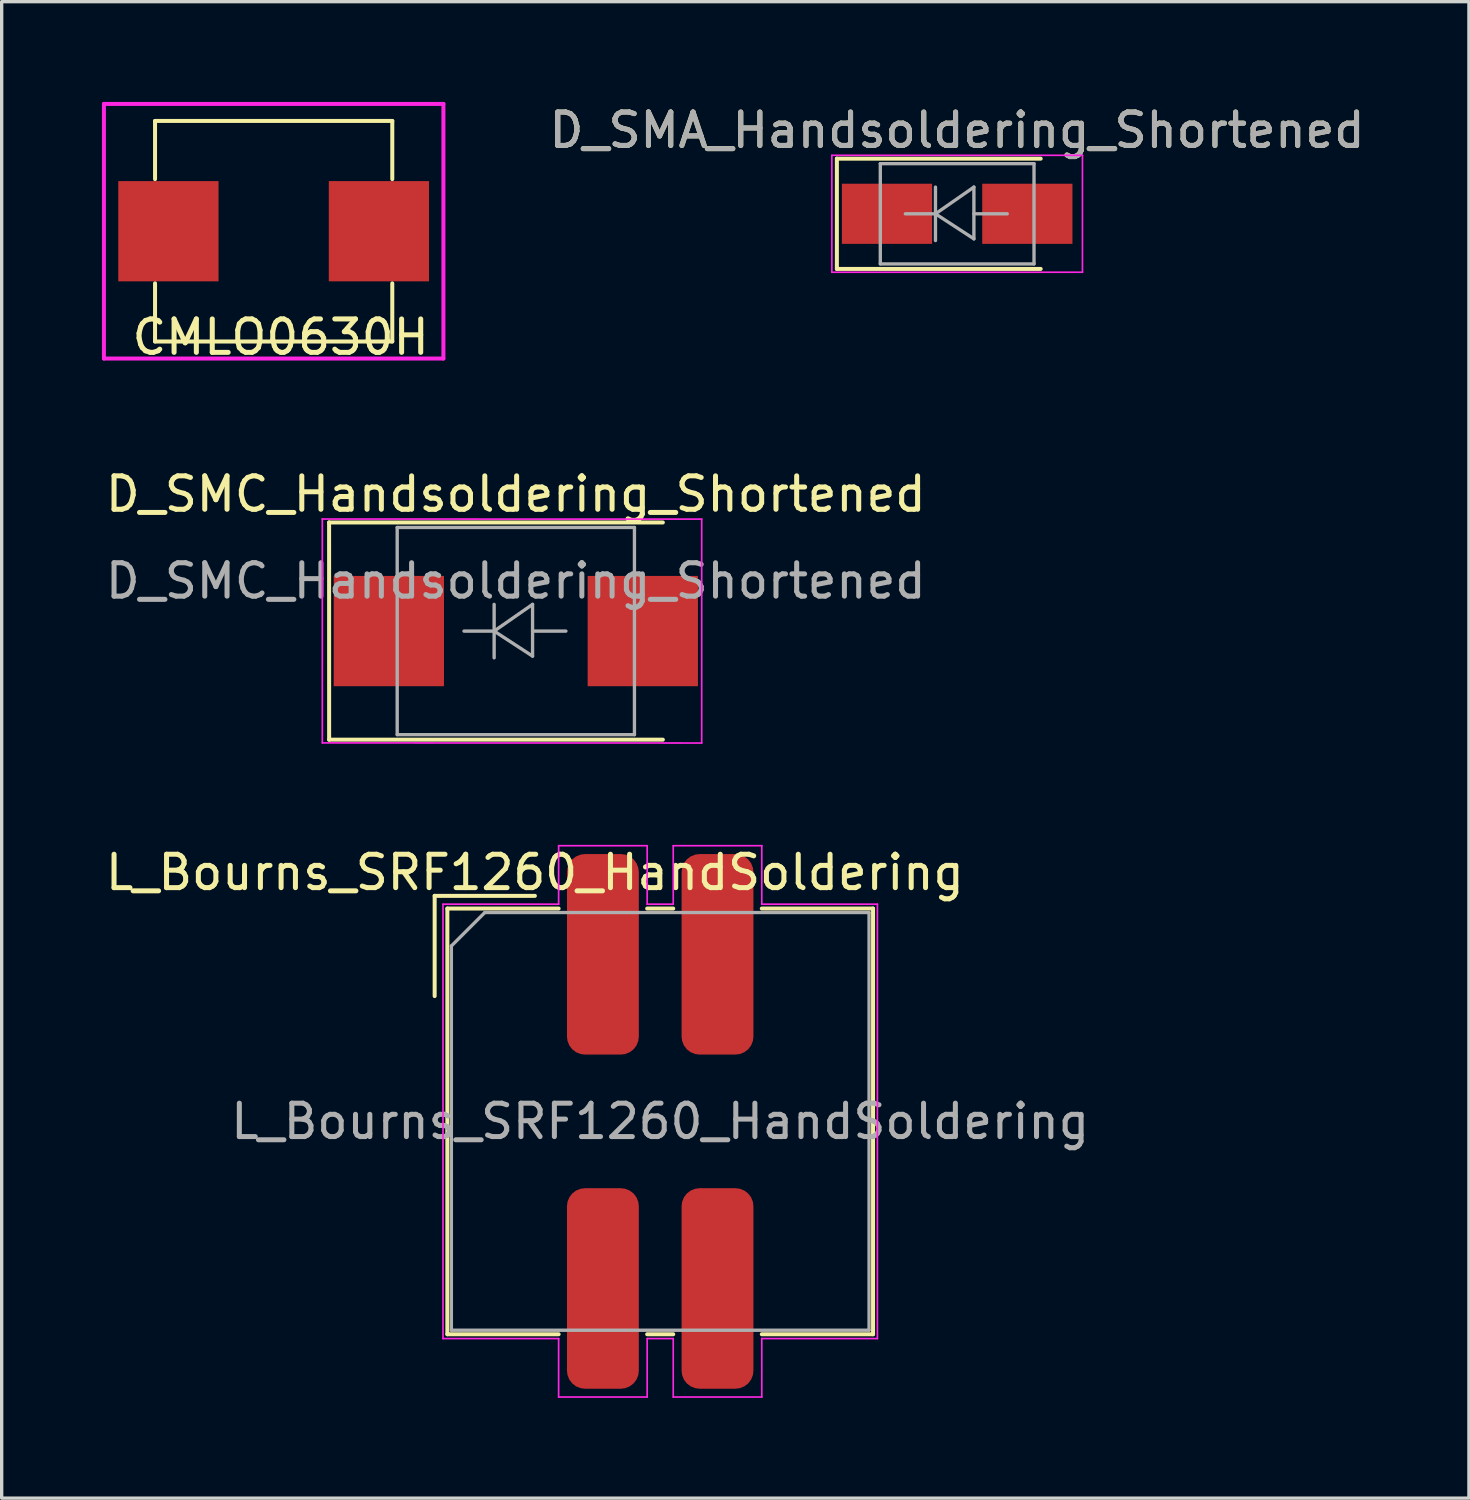
<source format=kicad_pcb>
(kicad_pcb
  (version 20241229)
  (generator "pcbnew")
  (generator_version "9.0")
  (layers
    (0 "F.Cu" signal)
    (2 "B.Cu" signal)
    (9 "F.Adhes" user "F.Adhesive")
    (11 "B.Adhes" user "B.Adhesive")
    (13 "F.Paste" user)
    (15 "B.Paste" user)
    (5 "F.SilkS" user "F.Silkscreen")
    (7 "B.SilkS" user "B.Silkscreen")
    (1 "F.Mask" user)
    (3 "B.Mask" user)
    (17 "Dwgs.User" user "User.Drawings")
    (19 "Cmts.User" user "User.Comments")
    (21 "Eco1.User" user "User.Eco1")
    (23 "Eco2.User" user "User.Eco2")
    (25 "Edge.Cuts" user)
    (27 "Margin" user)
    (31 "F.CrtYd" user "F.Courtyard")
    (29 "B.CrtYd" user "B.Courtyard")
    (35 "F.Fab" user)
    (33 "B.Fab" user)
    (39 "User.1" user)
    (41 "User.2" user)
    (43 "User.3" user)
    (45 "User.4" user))
  (footprint "CMLO0630H"
    (layer "F.Cu")
    (at 5.14 3.87)
    (property "Reference" "CMLO0630H" (at 0.21 3.17 0) (layer "F.SilkS") (effects (font (size 1 1) (thickness 0.15))))
    (attr through_hole)
    (fp_line (start -3.55 -3.3) (end 3.55 -3.3) (stroke (width 0.12) (type solid)) (layer "F.SilkS"))
    (fp_line (start -3.55 -1.56) (end -3.55 -3.3) (stroke (width 0.12) (type solid)) (layer "F.SilkS"))
    (fp_line (start -3.55 3.3) (end -3.55 1.56) (stroke (width 0.12) (type solid)) (layer "F.SilkS"))
    (fp_line (start 3.55 -3.3) (end 3.55 -1.56) (stroke (width 0.12) (type solid)) (layer "F.SilkS"))
    (fp_line (start 3.55 1.56) (end 3.55 3.3) (stroke (width 0.12) (type solid)) (layer "F.SilkS"))
    (fp_line (start 3.55 3.3) (end -3.55 3.3) (stroke (width 0.12) (type solid)) (layer "F.SilkS"))
    (fp_line (start -5.08 -3.81) (end -5.08 3.81) (stroke (width 0.12) (type solid)) (layer "F.CrtYd"))
    (fp_line (start -5.08 3.81) (end 5.08 3.81) (stroke (width 0.12) (type solid)) (layer "F.CrtYd"))
    (fp_line (start 5.08 -3.81) (end -5.08 -3.81) (stroke (width 0.12) (type solid)) (layer "F.CrtYd"))
    (fp_line (start 5.08 3.81) (end 5.08 -3.81) (stroke (width 0.12) (type solid)) (layer "F.CrtYd"))
    (pad "1" smd rect (at -3.15 0) (size 3 3) (layers "F.Cu" "F.Mask" "F.Paste"))
    (pad "2" smd rect (at 3.15 0) (size 3 3) (layers "F.Cu" "F.Mask" "F.Paste")))
  (footprint "L_Bourns_SRF1260_HandSoldering"
    (layer "F.Cu")
    (at 16.708 30.51)
    (property "Reference" "L_Bourns_SRF1260_HandSoldering" (at -3.75 -7.45 180) (layer "F.SilkS") (effects (font (size 1 1) (thickness 0.15))))
    (attr smd)
    (fp_line (start -6.75 -6.75) (end -3.75 -6.75) (stroke (width 0.12) (type solid)) (layer "F.SilkS"))
    (fp_line (start -6.75 -3.75) (end -6.75 -6.75) (stroke (width 0.12) (type solid)) (layer "F.SilkS"))
    (fp_line (start -6.37 -6.37) (end -6.37 6.37) (stroke (width 0.12) (type solid)) (layer "F.SilkS"))
    (fp_line (start -6.37 -6.37) (end -3.04 -6.37) (stroke (width 0.12) (type solid)) (layer "F.SilkS"))
    (fp_line (start -6.37 6.37) (end -3.04 6.37) (stroke (width 0.12) (type solid)) (layer "F.SilkS"))
    (fp_line (start -0.39 -6.37) (end 0.39 -6.37) (stroke (width 0.12) (type solid)) (layer "F.SilkS"))
    (fp_line (start -0.39 6.37) (end 0.39 6.37) (stroke (width 0.12) (type solid)) (layer "F.SilkS"))
    (fp_line (start 3.04 -6.37) (end 6.37 -6.37) (stroke (width 0.12) (type solid)) (layer "F.SilkS"))
    (fp_line (start 3.04 6.37) (end 6.37 6.37) (stroke (width 0.12) (type solid)) (layer "F.SilkS"))
    (fp_line (start 6.37 -6.37) (end 6.37 6.37) (stroke (width 0.12) (type solid)) (layer "F.SilkS"))
    (fp_line (start -6.5 -6.5) (end -6.5 6.5) (stroke (width 0.05) (type solid)) (layer "F.CrtYd"))
    (fp_line (start -6.5 -6.5) (end -3.04 -6.5) (stroke (width 0.05) (type solid)) (layer "F.CrtYd"))
    (fp_line (start -6.5 6.5) (end -3.04 6.5) (stroke (width 0.05) (type solid)) (layer "F.CrtYd"))
    (fp_line (start -3.04 -8.25) (end -0.39 -8.25) (stroke (width 0.05) (type solid)) (layer "F.CrtYd"))
    (fp_line (start -3.04 -6.5) (end -3.04 -8.25) (stroke (width 0.05) (type solid)) (layer "F.CrtYd"))
    (fp_line (start -3.04 6.5) (end -3.04 8.25) (stroke (width 0.05) (type solid)) (layer "F.CrtYd"))
    (fp_line (start -3.04 8.25) (end -0.39 8.25) (stroke (width 0.05) (type solid)) (layer "F.CrtYd"))
    (fp_line (start -0.39 -8.25) (end -0.39 -6.5) (stroke (width 0.05) (type solid)) (layer "F.CrtYd"))
    (fp_line (start -0.39 -6.5) (end 0.39 -6.5) (stroke (width 0.05) (type solid)) (layer "F.CrtYd"))
    (fp_line (start -0.39 6.5) (end 0.39 6.5) (stroke (width 0.05) (type solid)) (layer "F.CrtYd"))
    (fp_line (start -0.39 8.25) (end -0.39 6.5) (stroke (width 0.05) (type solid)) (layer "F.CrtYd"))
    (fp_line (start 0.39 -8.25) (end 3.04 -8.25) (stroke (width 0.05) (type solid)) (layer "F.CrtYd"))
    (fp_line (start 0.39 -6.5) (end 0.39 -8.25) (stroke (width 0.05) (type solid)) (layer "F.CrtYd"))
    (fp_line (start 0.39 6.5) (end 0.39 8.25) (stroke (width 0.05) (type solid)) (layer "F.CrtYd"))
    (fp_line (start 0.39 8.25) (end 3.04 8.25) (stroke (width 0.05) (type solid)) (layer "F.CrtYd"))
    (fp_line (start 3.04 -8.25) (end 3.04 -6.5) (stroke (width 0.05) (type solid)) (layer "F.CrtYd"))
    (fp_line (start 3.04 -6.5) (end 6.5 -6.5) (stroke (width 0.05) (type solid)) (layer "F.CrtYd"))
    (fp_line (start 3.04 6.5) (end 6.5 6.5) (stroke (width 0.05) (type solid)) (layer "F.CrtYd"))
    (fp_line (start 3.04 8.25) (end 3.04 6.5) (stroke (width 0.05) (type solid)) (layer "F.CrtYd"))
    (fp_line (start 6.5 -6.5) (end 6.5 6.5) (stroke (width 0.05) (type solid)) (layer "F.CrtYd"))
    (fp_line (start -6.25 -5.25) (end -5.25 -6.25) (stroke (width 0.1) (type solid)) (layer "F.Fab"))
    (fp_line (start -6.25 6.25) (end -6.25 -5.25) (stroke (width 0.1) (type solid)) (layer "F.Fab"))
    (fp_line (start -5.25 -6.25) (end 6.25 -6.25) (stroke (width 0.1) (type solid)) (layer "F.Fab"))
    (fp_line (start 6.25 -6.25) (end 6.25 6.25) (stroke (width 0.1) (type solid)) (layer "F.Fab"))
    (fp_line (start 6.25 6.25) (end -6.25 6.25) (stroke (width 0.1) (type solid)) (layer "F.Fab"))
    (fp_text user "${REFERENCE}" (at 0 0 180) (layer "F.Fab") (effects (font (size 1 1) (thickness 0.15))))
    (pad "1" smd roundrect (at -1.715 -5) (size 2.15 6) (layers "F.Cu" "F.Mask" "F.Paste") (roundrect_rratio 0.25))
    (pad "2" smd roundrect (at 1.715 -5) (size 2.15 6) (layers "F.Cu" "F.Mask" "F.Paste") (roundrect_rratio 0.25))
    (pad "3" smd roundrect (at 1.715 5) (size 2.15 6) (layers "F.Cu" "F.Mask" "F.Paste") (roundrect_rratio 0.25))
    (pad "4" smd roundrect (at -1.715 5) (size 2.15 6) (layers "F.Cu" "F.Mask" "F.Paste") (roundrect_rratio 0.25)))
  (footprint "D_SMC_Handsoldering_Shortened"
    (layer "F.Cu")
    (at 12.387 15.836)
    (property "Reference" "D_SMC_Handsoldering_Shortened" (at 0 -4.1 0) (layer "F.SilkS") (effects (font (size 1 1) (thickness 0.15))))
    (attr smd)
    (fp_line (start -5.588 -3.251) (end 4.4 -3.25) (stroke (width 0.12) (type solid)) (layer "F.SilkS"))
    (fp_line (start -5.588 3.25) (end 4.4 3.25) (stroke (width 0.12) (type solid)) (layer "F.SilkS"))
    (fp_line (start -5.587 3.251) (end -5.588 -3.251) (stroke (width 0.12) (type solid)) (layer "F.SilkS"))
    (fp_line (start -5.791 -3.353) (end 5.563 -3.35) (stroke (width 0.05) (type solid)) (layer "F.CrtYd"))
    (fp_line (start -5.791 3.347) (end -5.791 -3.353) (stroke (width 0.05) (type solid)) (layer "F.CrtYd"))
    (fp_line (start 5.563 -3.35) (end 5.563 3.35) (stroke (width 0.05) (type solid)) (layer "F.CrtYd"))
    (fp_line (start 5.563 3.35) (end -5.791 3.347) (stroke (width 0.05) (type solid)) (layer "F.CrtYd"))
    (fp_line (start -3.55 3.1) (end -3.55 -3.1) (stroke (width 0.1) (type solid)) (layer "F.Fab"))
    (fp_line (start -0.649 -0.799) (end -0.649 0.801) (stroke (width 0.1) (type solid)) (layer "F.Fab"))
    (fp_line (start -0.649 0.001) (end -1.551 0.001) (stroke (width 0.1) (type solid)) (layer "F.Fab"))
    (fp_line (start -0.649 0.001) (end 0.501 -0.799) (stroke (width 0.1) (type solid)) (layer "F.Fab"))
    (fp_line (start -0.649 0.001) (end 0.501 0.75) (stroke (width 0.1) (type solid)) (layer "F.Fab"))
    (fp_line (start 0.501 0.001) (end 1.499 0.001) (stroke (width 0.1) (type solid)) (layer "F.Fab"))
    (fp_line (start 0.501 0.75) (end 0.501 -0.799) (stroke (width 0.1) (type solid)) (layer "F.Fab"))
    (fp_line (start 3.55 -3.1) (end -3.55 -3.1) (stroke (width 0.1) (type solid)) (layer "F.Fab"))
    (fp_line (start 3.55 -3.1) (end 3.55 3.1) (stroke (width 0.1) (type solid)) (layer "F.Fab"))
    (fp_line (start 3.55 3.1) (end -3.55 3.1) (stroke (width 0.1) (type solid)) (layer "F.Fab"))
    (fp_text user "${REFERENCE}" (at 0 -1.5 0) (layer "F.Fab") (effects (font (size 1 1) (thickness 0.15))))
    (pad "1" smd rect (at -3.8 0 90) (size 3.3 3.3) (layers "F.Cu" "F.Mask" "F.Paste"))
    (pad "2" smd rect (at 3.8 0 90) (size 3.3 3.3) (layers "F.Cu" "F.Mask" "F.Paste")))
  (footprint "D_SMA_Handsoldering_Shortened"
    (layer "F.Cu")
    (at 25.595 3.348)
    (property "Reference" "D_SMA_Handsoldering_Shortened" (at 0 -2.5 0) (layer "F.SilkS") (effects (font (size 1 1) (thickness 0.15))))
    (attr smd)
    (fp_line (start -3.6 -1.65) (end -3.6 1.65) (stroke (width 0.12) (type solid)) (layer "F.SilkS"))
    (fp_line (start -3.6 -1.65) (end 2.5 -1.65) (stroke (width 0.12) (type solid)) (layer "F.SilkS"))
    (fp_line (start -3.6 1.65) (end 2.5 1.65) (stroke (width 0.12) (type solid)) (layer "F.SilkS"))
    (fp_line (start -3.75 -1.75) (end 3.75 -1.75) (stroke (width 0.05) (type solid)) (layer "F.CrtYd"))
    (fp_line (start -3.75 1.75) (end -3.75 -1.75) (stroke (width 0.05) (type solid)) (layer "F.CrtYd"))
    (fp_line (start 3.75 -1.75) (end 3.75 1.75) (stroke (width 0.05) (type solid)) (layer "F.CrtYd"))
    (fp_line (start 3.75 1.75) (end -3.75 1.75) (stroke (width 0.05) (type solid)) (layer "F.CrtYd"))
    (fp_line (start -2.3 1.5) (end -2.3 -1.5) (stroke (width 0.1) (type solid)) (layer "F.Fab"))
    (fp_line (start -0.649 -0.799) (end -0.649 0.801) (stroke (width 0.1) (type solid)) (layer "F.Fab"))
    (fp_line (start -0.649 0.001) (end -1.551 0.001) (stroke (width 0.1) (type solid)) (layer "F.Fab"))
    (fp_line (start -0.649 0.001) (end 0.501 -0.799) (stroke (width 0.1) (type solid)) (layer "F.Fab"))
    (fp_line (start -0.649 0.001) (end 0.501 0.75) (stroke (width 0.1) (type solid)) (layer "F.Fab"))
    (fp_line (start 0.501 0.001) (end 1.499 0.001) (stroke (width 0.1) (type solid)) (layer "F.Fab"))
    (fp_line (start 0.501 0.75) (end 0.501 -0.799) (stroke (width 0.1) (type solid)) (layer "F.Fab"))
    (fp_line (start 2.3 -1.5) (end -2.3 -1.5) (stroke (width 0.1) (type solid)) (layer "F.Fab"))
    (fp_line (start 2.3 -1.5) (end 2.3 1.5) (stroke (width 0.1) (type solid)) (layer "F.Fab"))
    (fp_line (start 2.3 1.5) (end -2.3 1.5) (stroke (width 0.1) (type solid)) (layer "F.Fab"))
    (fp_text user "${REFERENCE}" (at 0 -2.5 0) (layer "F.Fab") (effects (font (size 1 1) (thickness 0.15))))
    (pad "1" smd rect (at -2.1 0) (size 2.7 1.8) (layers "F.Cu" "F.Mask" "F.Paste"))
    (pad "2" smd rect (at 2.1 0) (size 2.7 1.8) (layers "F.Cu" "F.Mask" "F.Paste")))
  (gr_rect
    (start -3 -3)
    (end 40.911 41.785)
    (stroke (width 0.1) (type default))
    (fill no)
    (layer "Edge.Cuts")))
</source>
